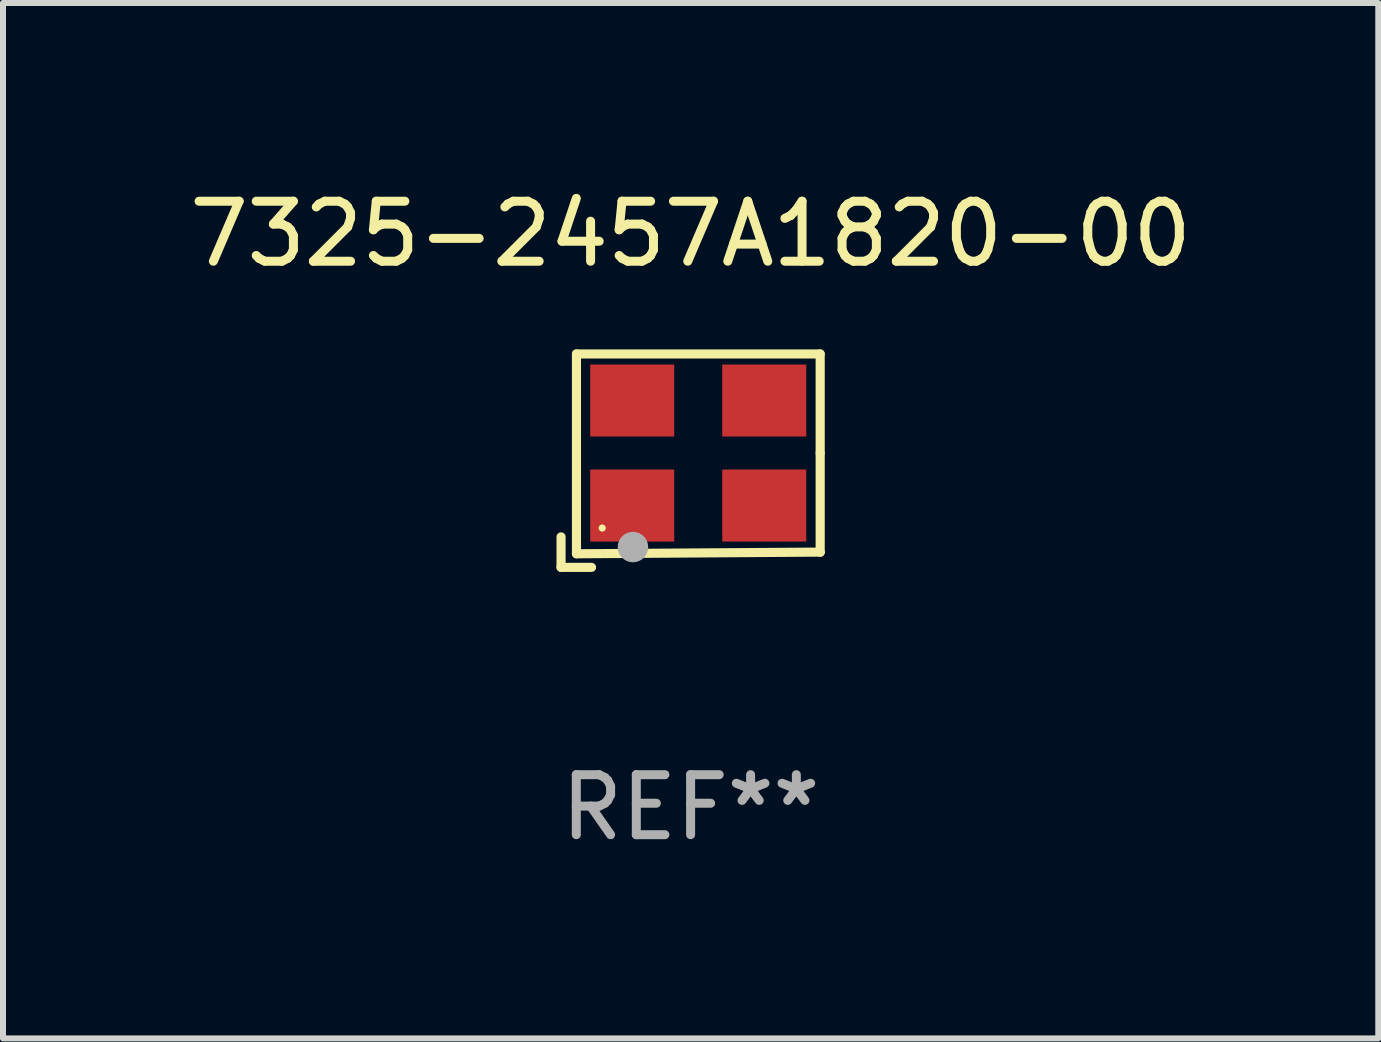
<source format=kicad_pcb>
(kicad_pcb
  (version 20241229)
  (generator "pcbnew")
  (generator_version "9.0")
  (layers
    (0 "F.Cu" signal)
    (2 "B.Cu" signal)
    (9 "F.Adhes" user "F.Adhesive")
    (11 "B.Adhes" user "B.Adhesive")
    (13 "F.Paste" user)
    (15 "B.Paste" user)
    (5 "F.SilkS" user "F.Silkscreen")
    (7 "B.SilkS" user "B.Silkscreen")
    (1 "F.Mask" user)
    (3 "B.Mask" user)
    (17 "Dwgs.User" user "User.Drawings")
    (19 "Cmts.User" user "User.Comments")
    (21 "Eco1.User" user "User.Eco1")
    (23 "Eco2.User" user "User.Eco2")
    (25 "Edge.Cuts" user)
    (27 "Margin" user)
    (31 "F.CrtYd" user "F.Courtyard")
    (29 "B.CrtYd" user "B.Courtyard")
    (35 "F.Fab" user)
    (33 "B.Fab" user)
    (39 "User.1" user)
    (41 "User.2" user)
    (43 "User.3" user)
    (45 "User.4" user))
  (footprint "7325-2457A1820-00"
    (layer "F.Cu")
    (at 8.458 4.626)
    (property "Reference" "7325-2457A1820-00" (at 0 -3.778 0) (layer "F.SilkS") (effects (font (size 1 1) (thickness 0.15))))
    (attr through_hole)
    (fp_line (start -2.159 1.27) (end -2.159 1.778) (stroke (width 0.152) (type solid)) (layer "F.SilkS"))
    (fp_line (start -2.159 1.778) (end -1.651 1.778) (stroke (width 0.152) (type solid)) (layer "F.SilkS"))
    (fp_line (start -1.902 -1.778) (end 2.159 -1.778) (stroke (width 0.152) (type solid)) (layer "F.SilkS"))
    (fp_line (start -1.902 1.552) (end -1.902 -1.778) (stroke (width 0.152) (type solid)) (layer "F.SilkS"))
    (fp_line (start 2.159 -1.778) (end 2.159 -0.127) (stroke (width 0.152) (type solid)) (layer "F.SilkS"))
    (fp_line (start 2.159 -0.127) (end 2.159 1.524) (stroke (width 0.152) (type solid)) (layer "F.SilkS"))
    (fp_line (start 2.159 1.524) (end -1.902 1.552) (stroke (width 0.152) (type solid)) (layer "F.SilkS"))
    (fp_line (start 2.159 1.524) (end 2.159 1.524) (stroke (width 0.152) (type solid)) (layer "F.SilkS"))
    (fp_circle (center -1.473 1.123) (end -1.443 1.123) (stroke (width 0.06) (type solid)) (fill no) (layer "F.SilkS"))
    (fp_circle (center -0.961 1.44) (end -0.834 1.44) (stroke (width 0.254) (type solid)) (fill no) (layer "F.Fab"))
    (fp_text user "REF**" (at 0 5.778 0) (layer "F.Fab") (effects (font (size 1 1) (thickness 0.15))))
    (pad "1" smd rect (at -0.973 0.748) (size 1.4 1.2) (layers "F.Cu" "F.Mask" "F.Paste"))
    (pad "2" smd rect (at 1.227 0.748) (size 1.4 1.2) (layers "F.Cu" "F.Mask" "F.Paste"))
    (pad "3" smd rect (at 1.227 -1.002) (size 1.4 1.2) (layers "F.Cu" "F.Mask" "F.Paste"))
    (pad "4" smd rect (at -0.973 -1.002) (size 1.4 1.2) (layers "F.Cu" "F.Mask" "F.Paste")))
  (gr_rect
    (start -3 -3)
    (end 19.917 14.253)
    (stroke (width 0.1) (type default))
    (fill no)
    (layer "Edge.Cuts")))
</source>
